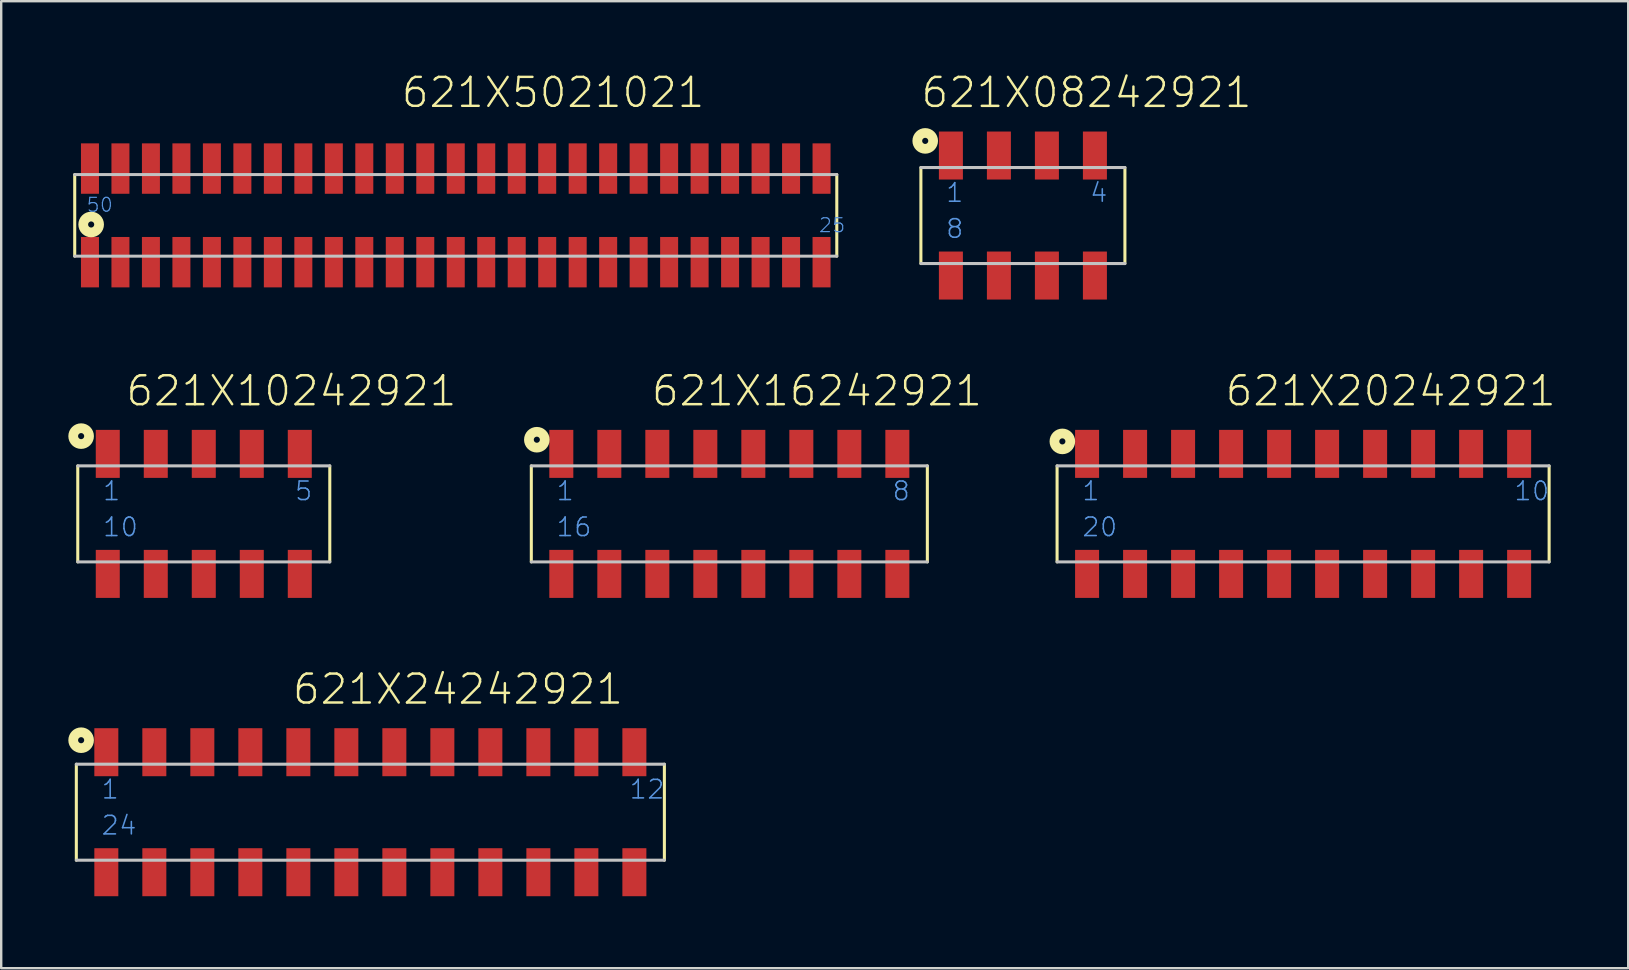
<source format=kicad_pcb>
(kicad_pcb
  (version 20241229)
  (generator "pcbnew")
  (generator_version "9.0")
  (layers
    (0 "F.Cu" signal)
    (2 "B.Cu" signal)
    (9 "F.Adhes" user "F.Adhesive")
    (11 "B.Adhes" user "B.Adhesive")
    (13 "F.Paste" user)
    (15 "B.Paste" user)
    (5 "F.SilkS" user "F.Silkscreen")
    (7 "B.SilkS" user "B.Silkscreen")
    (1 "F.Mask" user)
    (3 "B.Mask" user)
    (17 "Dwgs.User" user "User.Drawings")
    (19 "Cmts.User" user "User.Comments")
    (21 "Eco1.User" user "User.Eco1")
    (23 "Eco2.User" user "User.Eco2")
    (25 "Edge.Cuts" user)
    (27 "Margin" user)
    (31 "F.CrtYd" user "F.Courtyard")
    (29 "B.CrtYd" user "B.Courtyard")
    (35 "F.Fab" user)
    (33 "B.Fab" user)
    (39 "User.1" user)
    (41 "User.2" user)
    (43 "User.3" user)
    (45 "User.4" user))
  (footprint "621X5021021"
    (layer "F.Cu")
    (at 15.938 5.923)
    (property "Reference" "621X5021021" (at -2.328 -4.412 0) (layer "F.SilkS") (effects (font (size 1.206 1.206) (thickness 0.102)) (justify left bottom)))
    (attr through_hole)
    (fp_line (start -15.875 -1.7) (end -15.875 1.7) (stroke (width 0.127) (type solid)) (layer "F.SilkS"))
    (fp_line (start 15.875 1.7) (end 15.875 -1.7) (stroke (width 0.127) (type solid)) (layer "F.SilkS"))
    (fp_circle (center -15.19 0.38) (end -15.063 0.38) (stroke (width 0.406) (type solid)) (fill no) (layer "F.SilkS"))
    (fp_line (start -15.875 1.7) (end 15.875 1.7) (stroke (width 0.127) (type solid)) (layer "Dwgs.User"))
    (fp_line (start 15.875 -1.7) (end -15.875 -1.7) (stroke (width 0.127) (type solid)) (layer "Dwgs.User"))
    (fp_text user "25" (at 15.095 0.75 0) (layer "Cmts.User") (effects (font (size 0.579 0.579) (thickness 0.049)) (justify left bottom)))
    (fp_text user "50" (at -15.415 -0.1 0) (layer "Cmts.User") (effects (font (size 0.579 0.579) (thickness 0.049)) (justify left bottom)))
    (pad "1" smd rect (at -15.24 1.95) (size 0.75 2.1) (layers "F.Cu" "F.Mask" "F.Paste"))
    (pad "2" smd rect (at -13.97 1.95) (size 0.75 2.1) (layers "F.Cu" "F.Mask" "F.Paste"))
    (pad "3" smd rect (at -12.7 1.95) (size 0.75 2.1) (layers "F.Cu" "F.Mask" "F.Paste"))
    (pad "4" smd rect (at -11.43 1.95) (size 0.75 2.1) (layers "F.Cu" "F.Mask" "F.Paste"))
    (pad "5" smd rect (at -10.16 1.95) (size 0.75 2.1) (layers "F.Cu" "F.Mask" "F.Paste"))
    (pad "6" smd rect (at -8.89 1.95) (size 0.75 2.1) (layers "F.Cu" "F.Mask" "F.Paste"))
    (pad "7" smd rect (at -7.62 1.95) (size 0.75 2.1) (layers "F.Cu" "F.Mask" "F.Paste"))
    (pad "8" smd rect (at -6.35 1.95) (size 0.75 2.1) (layers "F.Cu" "F.Mask" "F.Paste"))
    (pad "9" smd rect (at -5.08 1.95) (size 0.75 2.1) (layers "F.Cu" "F.Mask" "F.Paste"))
    (pad "10" smd rect (at -3.81 1.95) (size 0.75 2.1) (layers "F.Cu" "F.Mask" "F.Paste"))
    (pad "11" smd rect (at -2.54 1.95) (size 0.75 2.1) (layers "F.Cu" "F.Mask" "F.Paste"))
    (pad "12" smd rect (at -1.27 1.95) (size 0.75 2.1) (layers "F.Cu" "F.Mask" "F.Paste"))
    (pad "13" smd rect (at 0 1.95) (size 0.75 2.1) (layers "F.Cu" "F.Mask" "F.Paste"))
    (pad "14" smd rect (at 1.27 1.95) (size 0.75 2.1) (layers "F.Cu" "F.Mask" "F.Paste"))
    (pad "15" smd rect (at 2.54 1.95) (size 0.75 2.1) (layers "F.Cu" "F.Mask" "F.Paste"))
    (pad "16" smd rect (at 3.81 1.95) (size 0.75 2.1) (layers "F.Cu" "F.Mask" "F.Paste"))
    (pad "17" smd rect (at 5.08 1.95) (size 0.75 2.1) (layers "F.Cu" "F.Mask" "F.Paste"))
    (pad "18" smd rect (at 6.35 1.95) (size 0.75 2.1) (layers "F.Cu" "F.Mask" "F.Paste"))
    (pad "19" smd rect (at 7.62 1.95) (size 0.75 2.1) (layers "F.Cu" "F.Mask" "F.Paste"))
    (pad "20" smd rect (at 8.89 1.95) (size 0.75 2.1) (layers "F.Cu" "F.Mask" "F.Paste"))
    (pad "21" smd rect (at 10.16 1.95) (size 0.75 2.1) (layers "F.Cu" "F.Mask" "F.Paste"))
    (pad "22" smd rect (at 11.43 1.95) (size 0.75 2.1) (layers "F.Cu" "F.Mask" "F.Paste"))
    (pad "23" smd rect (at 12.7 1.95) (size 0.75 2.1) (layers "F.Cu" "F.Mask" "F.Paste"))
    (pad "24" smd rect (at 13.97 1.95) (size 0.75 2.1) (layers "F.Cu" "F.Mask" "F.Paste"))
    (pad "25" smd rect (at 15.24 1.95) (size 0.75 2.1) (layers "F.Cu" "F.Mask" "F.Paste"))
    (pad "26" smd rect (at 15.24 -1.95) (size 0.75 2.1) (layers "F.Cu" "F.Mask" "F.Paste"))
    (pad "27" smd rect (at 13.97 -1.95) (size 0.75 2.1) (layers "F.Cu" "F.Mask" "F.Paste"))
    (pad "28" smd rect (at 12.7 -1.95) (size 0.75 2.1) (layers "F.Cu" "F.Mask" "F.Paste"))
    (pad "29" smd rect (at 11.43 -1.95) (size 0.75 2.1) (layers "F.Cu" "F.Mask" "F.Paste"))
    (pad "30" smd rect (at 10.16 -1.95) (size 0.75 2.1) (layers "F.Cu" "F.Mask" "F.Paste"))
    (pad "31" smd rect (at 8.89 -1.95) (size 0.75 2.1) (layers "F.Cu" "F.Mask" "F.Paste"))
    (pad "32" smd rect (at 7.62 -1.95) (size 0.75 2.1) (layers "F.Cu" "F.Mask" "F.Paste"))
    (pad "33" smd rect (at 6.35 -1.95) (size 0.75 2.1) (layers "F.Cu" "F.Mask" "F.Paste"))
    (pad "34" smd rect (at 5.08 -1.95) (size 0.75 2.1) (layers "F.Cu" "F.Mask" "F.Paste"))
    (pad "35" smd rect (at 3.81 -1.95) (size 0.75 2.1) (layers "F.Cu" "F.Mask" "F.Paste"))
    (pad "36" smd rect (at 2.54 -1.95) (size 0.75 2.1) (layers "F.Cu" "F.Mask" "F.Paste"))
    (pad "37" smd rect (at 1.27 -1.95) (size 0.75 2.1) (layers "F.Cu" "F.Mask" "F.Paste"))
    (pad "38" smd rect (at 0 -1.95) (size 0.75 2.1) (layers "F.Cu" "F.Mask" "F.Paste"))
    (pad "39" smd rect (at -1.27 -1.95) (size 0.75 2.1) (layers "F.Cu" "F.Mask" "F.Paste"))
    (pad "40" smd rect (at -2.54 -1.95) (size 0.75 2.1) (layers "F.Cu" "F.Mask" "F.Paste"))
    (pad "41" smd rect (at -3.81 -1.95) (size 0.75 2.1) (layers "F.Cu" "F.Mask" "F.Paste"))
    (pad "42" smd rect (at -5.08 -1.95) (size 0.75 2.1) (layers "F.Cu" "F.Mask" "F.Paste"))
    (pad "43" smd rect (at -6.35 -1.95) (size 0.75 2.1) (layers "F.Cu" "F.Mask" "F.Paste"))
    (pad "44" smd rect (at -7.62 -1.95) (size 0.75 2.1) (layers "F.Cu" "F.Mask" "F.Paste"))
    (pad "45" smd rect (at -8.89 -1.95) (size 0.75 2.1) (layers "F.Cu" "F.Mask" "F.Paste"))
    (pad "46" smd rect (at -10.16 -1.95) (size 0.75 2.1) (layers "F.Cu" "F.Mask" "F.Paste"))
    (pad "47" smd rect (at -11.43 -1.95) (size 0.75 2.1) (layers "F.Cu" "F.Mask" "F.Paste"))
    (pad "48" smd rect (at -12.7 -1.95) (size 0.75 2.1) (layers "F.Cu" "F.Mask" "F.Paste"))
    (pad "49" smd rect (at -13.97 -1.95) (size 0.75 2.1) (layers "F.Cu" "F.Mask" "F.Paste"))
    (pad "50" smd rect (at -15.24 -1.95) (size 0.75 2.1) (layers "F.Cu" "F.Mask" "F.Paste")))
  (footprint "621X20242921"
    (layer "F.Cu")
    (at 51.241 18.36)
    (property "Reference" "621X20242921" (at -3.307 -4.418 0) (layer "F.SilkS") (effects (font (size 1.206 1.206) (thickness 0.102)) (justify left bottom)))
    (attr through_hole)
    (fp_line (start -10.25 -2) (end -10.25 2) (stroke (width 0.127) (type solid)) (layer "F.SilkS"))
    (fp_line (start 10.25 2) (end 10.25 -2) (stroke (width 0.127) (type solid)) (layer "F.SilkS"))
    (fp_circle (center -10.03 -3.02) (end -9.903 -3.02) (stroke (width 0.406) (type solid)) (fill no) (layer "F.SilkS"))
    (fp_line (start -10.25 2) (end 10.25 2) (stroke (width 0.127) (type solid)) (layer "Dwgs.User"))
    (fp_line (start 10.25 -2) (end -10.25 -2) (stroke (width 0.127) (type solid)) (layer "Dwgs.User"))
    (fp_text user "1" (at -9.25 -0.5 0) (layer "Cmts.User") (effects (font (size 0.772 0.772) (thickness 0.065)) (justify left bottom)))
    (fp_text user "10" (at 8.75 -0.5 0) (layer "Cmts.User") (effects (font (size 0.772 0.772) (thickness 0.065)) (justify left bottom)))
    (fp_text user "20" (at -9.25 1 0) (layer "Cmts.User") (effects (font (size 0.772 0.772) (thickness 0.065)) (justify left bottom)))
    (pad "1" smd rect (at -9 -2.5) (size 1 2) (layers "F.Cu" "F.Mask" "F.Paste"))
    (pad "2" smd rect (at -7 -2.5) (size 1 2) (layers "F.Cu" "F.Mask" "F.Paste"))
    (pad "3" smd rect (at -5 -2.5) (size 1 2) (layers "F.Cu" "F.Mask" "F.Paste"))
    (pad "4" smd rect (at -3 -2.5) (size 1 2) (layers "F.Cu" "F.Mask" "F.Paste"))
    (pad "5" smd rect (at -1 -2.5) (size 1 2) (layers "F.Cu" "F.Mask" "F.Paste"))
    (pad "6" smd rect (at 1 -2.5) (size 1 2) (layers "F.Cu" "F.Mask" "F.Paste"))
    (pad "7" smd rect (at 3 -2.5) (size 1 2) (layers "F.Cu" "F.Mask" "F.Paste"))
    (pad "8" smd rect (at 5 -2.5) (size 1 2) (layers "F.Cu" "F.Mask" "F.Paste"))
    (pad "9" smd rect (at 7 -2.5) (size 1 2) (layers "F.Cu" "F.Mask" "F.Paste"))
    (pad "10" smd rect (at 9 -2.5) (size 1 2) (layers "F.Cu" "F.Mask" "F.Paste"))
    (pad "11" smd rect (at 9 2.5) (size 1 2) (layers "F.Cu" "F.Mask" "F.Paste"))
    (pad "12" smd rect (at 7 2.5) (size 1 2) (layers "F.Cu" "F.Mask" "F.Paste"))
    (pad "13" smd rect (at 5 2.5) (size 1 2) (layers "F.Cu" "F.Mask" "F.Paste"))
    (pad "14" smd rect (at 3 2.5) (size 1 2) (layers "F.Cu" "F.Mask" "F.Paste"))
    (pad "15" smd rect (at 1 2.5) (size 1 2) (layers "F.Cu" "F.Mask" "F.Paste"))
    (pad "16" smd rect (at -1 2.5) (size 1 2) (layers "F.Cu" "F.Mask" "F.Paste"))
    (pad "17" smd rect (at -3 2.5) (size 1 2) (layers "F.Cu" "F.Mask" "F.Paste"))
    (pad "18" smd rect (at -5 2.5) (size 1 2) (layers "F.Cu" "F.Mask" "F.Paste"))
    (pad "19" smd rect (at -7 2.5) (size 1 2) (layers "F.Cu" "F.Mask" "F.Paste"))
    (pad "20" smd rect (at -9 2.5) (size 1 2) (layers "F.Cu" "F.Mask" "F.Paste")))
  (footprint "621X24242921"
    (layer "F.Cu")
    (at 12.38 30.789)
    (property "Reference" "621X24242921" (at -3.307 -4.418 0) (layer "F.SilkS") (effects (font (size 1.206 1.206) (thickness 0.102)) (justify left bottom)))
    (attr through_hole)
    (fp_line (start -12.25 -2) (end -12.25 2) (stroke (width 0.127) (type solid)) (layer "F.SilkS"))
    (fp_line (start 12.25 2) (end 12.25 -2) (stroke (width 0.127) (type solid)) (layer "F.SilkS"))
    (fp_circle (center -12.05 -3) (end -11.923 -3) (stroke (width 0.406) (type solid)) (fill no) (layer "F.SilkS"))
    (fp_line (start -12.25 2) (end 12.25 2) (stroke (width 0.127) (type solid)) (layer "Dwgs.User"))
    (fp_line (start 12.25 -2) (end -12.25 -2) (stroke (width 0.127) (type solid)) (layer "Dwgs.User"))
    (fp_text user "24" (at -11.25 1 0) (layer "Cmts.User") (effects (font (size 0.772 0.772) (thickness 0.065)) (justify left bottom)))
    (fp_text user "1" (at -11.25 -0.5 0) (layer "Cmts.User") (effects (font (size 0.772 0.772) (thickness 0.065)) (justify left bottom)))
    (fp_text user "12" (at 10.75 -0.5 0) (layer "Cmts.User") (effects (font (size 0.772 0.772) (thickness 0.065)) (justify left bottom)))
    (pad "1" smd rect (at -11 -2.5) (size 1 2) (layers "F.Cu" "F.Mask" "F.Paste"))
    (pad "2" smd rect (at -9 -2.5) (size 1 2) (layers "F.Cu" "F.Mask" "F.Paste"))
    (pad "3" smd rect (at -7 -2.5) (size 1 2) (layers "F.Cu" "F.Mask" "F.Paste"))
    (pad "4" smd rect (at -5 -2.5) (size 1 2) (layers "F.Cu" "F.Mask" "F.Paste"))
    (pad "5" smd rect (at -3 -2.5) (size 1 2) (layers "F.Cu" "F.Mask" "F.Paste"))
    (pad "6" smd rect (at -1 -2.5) (size 1 2) (layers "F.Cu" "F.Mask" "F.Paste"))
    (pad "7" smd rect (at 1 -2.5) (size 1 2) (layers "F.Cu" "F.Mask" "F.Paste"))
    (pad "8" smd rect (at 3 -2.5) (size 1 2) (layers "F.Cu" "F.Mask" "F.Paste"))
    (pad "9" smd rect (at 5 -2.5) (size 1 2) (layers "F.Cu" "F.Mask" "F.Paste"))
    (pad "10" smd rect (at 7 -2.5) (size 1 2) (layers "F.Cu" "F.Mask" "F.Paste"))
    (pad "11" smd rect (at 9 -2.5) (size 1 2) (layers "F.Cu" "F.Mask" "F.Paste"))
    (pad "12" smd rect (at 11 -2.5) (size 1 2) (layers "F.Cu" "F.Mask" "F.Paste"))
    (pad "13" smd rect (at 11 2.5) (size 1 2) (layers "F.Cu" "F.Mask" "F.Paste"))
    (pad "14" smd rect (at 9 2.5) (size 1 2) (layers "F.Cu" "F.Mask" "F.Paste"))
    (pad "15" smd rect (at 7 2.5) (size 1 2) (layers "F.Cu" "F.Mask" "F.Paste"))
    (pad "16" smd rect (at 5 2.5) (size 1 2) (layers "F.Cu" "F.Mask" "F.Paste"))
    (pad "17" smd rect (at 3 2.5) (size 1 2) (layers "F.Cu" "F.Mask" "F.Paste"))
    (pad "18" smd rect (at 1 2.5) (size 1 2) (layers "F.Cu" "F.Mask" "F.Paste"))
    (pad "19" smd rect (at -1 2.5) (size 1 2) (layers "F.Cu" "F.Mask" "F.Paste"))
    (pad "20" smd rect (at -3 2.5) (size 1 2) (layers "F.Cu" "F.Mask" "F.Paste"))
    (pad "21" smd rect (at -5 2.5) (size 1 2) (layers "F.Cu" "F.Mask" "F.Paste"))
    (pad "22" smd rect (at -7 2.5) (size 1 2) (layers "F.Cu" "F.Mask" "F.Paste"))
    (pad "23" smd rect (at -9 2.5) (size 1 2) (layers "F.Cu" "F.Mask" "F.Paste"))
    (pad "24" smd rect (at -11 2.5) (size 1 2) (layers "F.Cu" "F.Mask" "F.Paste")))
  (footprint "621X08242921"
    (layer "F.Cu")
    (at 39.567 5.93)
    (property "Reference" "621X08242921" (at -4.307 -4.418 0) (layer "F.SilkS") (effects (font (size 1.206 1.206) (thickness 0.102)) (justify left bottom)))
    (attr through_hole)
    (fp_line (start -4.25 -2) (end -4.25 2) (stroke (width 0.127) (type solid)) (layer "F.SilkS"))
    (fp_line (start 4.25 2) (end 4.25 -2) (stroke (width 0.127) (type solid)) (layer "F.SilkS"))
    (fp_circle (center -4.07 -3.11) (end -3.943 -3.11) (stroke (width 0.406) (type solid)) (fill no) (layer "F.SilkS"))
    (fp_line (start -4.25 2) (end 4.25 2) (stroke (width 0.127) (type solid)) (layer "Dwgs.User"))
    (fp_line (start 4.25 -2) (end -4.25 -2) (stroke (width 0.127) (type solid)) (layer "Dwgs.User"))
    (fp_text user "1" (at -3.25 -0.5 0) (layer "Cmts.User") (effects (font (size 0.772 0.772) (thickness 0.065)) (justify left bottom)))
    (fp_text user "8" (at -3.25 1 0) (layer "Cmts.User") (effects (font (size 0.772 0.772) (thickness 0.065)) (justify left bottom)))
    (fp_text user "4" (at 2.75 -0.5 0) (layer "Cmts.User") (effects (font (size 0.772 0.772) (thickness 0.065)) (justify left bottom)))
    (pad "1" smd rect (at -3 -2.5) (size 1 2) (layers "F.Cu" "F.Mask" "F.Paste"))
    (pad "2" smd rect (at -1 -2.5) (size 1 2) (layers "F.Cu" "F.Mask" "F.Paste"))
    (pad "3" smd rect (at 1 -2.5) (size 1 2) (layers "F.Cu" "F.Mask" "F.Paste"))
    (pad "4" smd rect (at 3 -2.5) (size 1 2) (layers "F.Cu" "F.Mask" "F.Paste"))
    (pad "5" smd rect (at 3 2.5) (size 1 2) (layers "F.Cu" "F.Mask" "F.Paste"))
    (pad "6" smd rect (at 1 2.5) (size 1 2) (layers "F.Cu" "F.Mask" "F.Paste"))
    (pad "7" smd rect (at -1 2.5) (size 1 2) (layers "F.Cu" "F.Mask" "F.Paste"))
    (pad "8" smd rect (at -3 2.5) (size 1 2) (layers "F.Cu" "F.Mask" "F.Paste")))
  (footprint "621X16242921"
    (layer "F.Cu")
    (at 27.336 18.36)
    (property "Reference" "621X16242921" (at -3.307 -4.418 0) (layer "F.SilkS") (effects (font (size 1.206 1.206) (thickness 0.102)) (justify left bottom)))
    (attr through_hole)
    (fp_line (start -8.25 -2) (end -8.25 2) (stroke (width 0.127) (type solid)) (layer "F.SilkS"))
    (fp_line (start 8.25 2) (end 8.25 -2) (stroke (width 0.127) (type solid)) (layer "F.SilkS"))
    (fp_circle (center -8.02 -3.09) (end -7.893 -3.09) (stroke (width 0.406) (type solid)) (fill no) (layer "F.SilkS"))
    (fp_line (start -8.25 2) (end 8.25 2) (stroke (width 0.127) (type solid)) (layer "Dwgs.User"))
    (fp_line (start 8.25 -2) (end -8.25 -2) (stroke (width 0.127) (type solid)) (layer "Dwgs.User"))
    (fp_text user "1" (at -7.25 -0.5 0) (layer "Cmts.User") (effects (font (size 0.772 0.772) (thickness 0.065)) (justify left bottom)))
    (fp_text user "8" (at 6.75 -0.5 0) (layer "Cmts.User") (effects (font (size 0.772 0.772) (thickness 0.065)) (justify left bottom)))
    (fp_text user "16" (at -7.25 1 0) (layer "Cmts.User") (effects (font (size 0.772 0.772) (thickness 0.065)) (justify left bottom)))
    (pad "1" smd rect (at -7 -2.5) (size 1 2) (layers "F.Cu" "F.Mask" "F.Paste"))
    (pad "2" smd rect (at -5 -2.5) (size 1 2) (layers "F.Cu" "F.Mask" "F.Paste"))
    (pad "3" smd rect (at -3 -2.5) (size 1 2) (layers "F.Cu" "F.Mask" "F.Paste"))
    (pad "4" smd rect (at -1 -2.5) (size 1 2) (layers "F.Cu" "F.Mask" "F.Paste"))
    (pad "5" smd rect (at 1 -2.5) (size 1 2) (layers "F.Cu" "F.Mask" "F.Paste"))
    (pad "6" smd rect (at 3 -2.5) (size 1 2) (layers "F.Cu" "F.Mask" "F.Paste"))
    (pad "7" smd rect (at 5 -2.5) (size 1 2) (layers "F.Cu" "F.Mask" "F.Paste"))
    (pad "8" smd rect (at 7 -2.5) (size 1 2) (layers "F.Cu" "F.Mask" "F.Paste"))
    (pad "9" smd rect (at 7 2.5) (size 1 2) (layers "F.Cu" "F.Mask" "F.Paste"))
    (pad "10" smd rect (at 5 2.5) (size 1 2) (layers "F.Cu" "F.Mask" "F.Paste"))
    (pad "11" smd rect (at 3 2.5) (size 1 2) (layers "F.Cu" "F.Mask" "F.Paste"))
    (pad "12" smd rect (at 1 2.5) (size 1 2) (layers "F.Cu" "F.Mask" "F.Paste"))
    (pad "13" smd rect (at -1 2.5) (size 1 2) (layers "F.Cu" "F.Mask" "F.Paste"))
    (pad "14" smd rect (at -3 2.5) (size 1 2) (layers "F.Cu" "F.Mask" "F.Paste"))
    (pad "15" smd rect (at -5 2.5) (size 1 2) (layers "F.Cu" "F.Mask" "F.Paste"))
    (pad "16" smd rect (at -7 2.5) (size 1 2) (layers "F.Cu" "F.Mask" "F.Paste")))
  (footprint "621X10242921"
    (layer "F.Cu")
    (at 5.44 18.36)
    (property "Reference" "621X10242921" (at -3.307 -4.418 0) (layer "F.SilkS") (effects (font (size 1.206 1.206) (thickness 0.102)) (justify left bottom)))
    (attr through_hole)
    (fp_line (start -5.25 -2) (end -5.25 2) (stroke (width 0.127) (type solid)) (layer "F.SilkS"))
    (fp_line (start 5.25 2) (end 5.25 -2) (stroke (width 0.127) (type solid)) (layer "F.SilkS"))
    (fp_circle (center -5.11 -3.24) (end -4.983 -3.24) (stroke (width 0.406) (type solid)) (fill no) (layer "F.SilkS"))
    (fp_line (start -5.25 2) (end 5.25 2) (stroke (width 0.127) (type solid)) (layer "Dwgs.User"))
    (fp_line (start 5.25 -2) (end -5.25 -2) (stroke (width 0.127) (type solid)) (layer "Dwgs.User"))
    (fp_text user "10" (at -4.25 1 0) (layer "Cmts.User") (effects (font (size 0.772 0.772) (thickness 0.065)) (justify left bottom)))
    (fp_text user "1" (at -4.25 -0.5 0) (layer "Cmts.User") (effects (font (size 0.772 0.772) (thickness 0.065)) (justify left bottom)))
    (fp_text user "5" (at 3.75 -0.5 0) (layer "Cmts.User") (effects (font (size 0.772 0.772) (thickness 0.065)) (justify left bottom)))
    (pad "1" smd rect (at -4 -2.5) (size 1 2) (layers "F.Cu" "F.Mask" "F.Paste"))
    (pad "2" smd rect (at -2 -2.5) (size 1 2) (layers "F.Cu" "F.Mask" "F.Paste"))
    (pad "3" smd rect (at 0 -2.5) (size 1 2) (layers "F.Cu" "F.Mask" "F.Paste"))
    (pad "4" smd rect (at 2 -2.5) (size 1 2) (layers "F.Cu" "F.Mask" "F.Paste"))
    (pad "5" smd rect (at 4 -2.5) (size 1 2) (layers "F.Cu" "F.Mask" "F.Paste"))
    (pad "6" smd rect (at 4 2.5) (size 1 2) (layers "F.Cu" "F.Mask" "F.Paste"))
    (pad "7" smd rect (at 2 2.5) (size 1 2) (layers "F.Cu" "F.Mask" "F.Paste"))
    (pad "8" smd rect (at 0 2.5) (size 1 2) (layers "F.Cu" "F.Mask" "F.Paste"))
    (pad "9" smd rect (at -2 2.5) (size 1 2) (layers "F.Cu" "F.Mask" "F.Paste"))
    (pad "10" smd rect (at -4 2.5) (size 1 2) (layers "F.Cu" "F.Mask" "F.Paste")))
  (gr_rect
    (start -3 -3)
    (end 64.786 37.289)
    (stroke (width 0.1) (type default))
    (fill no)
    (layer "Edge.Cuts")))
</source>
